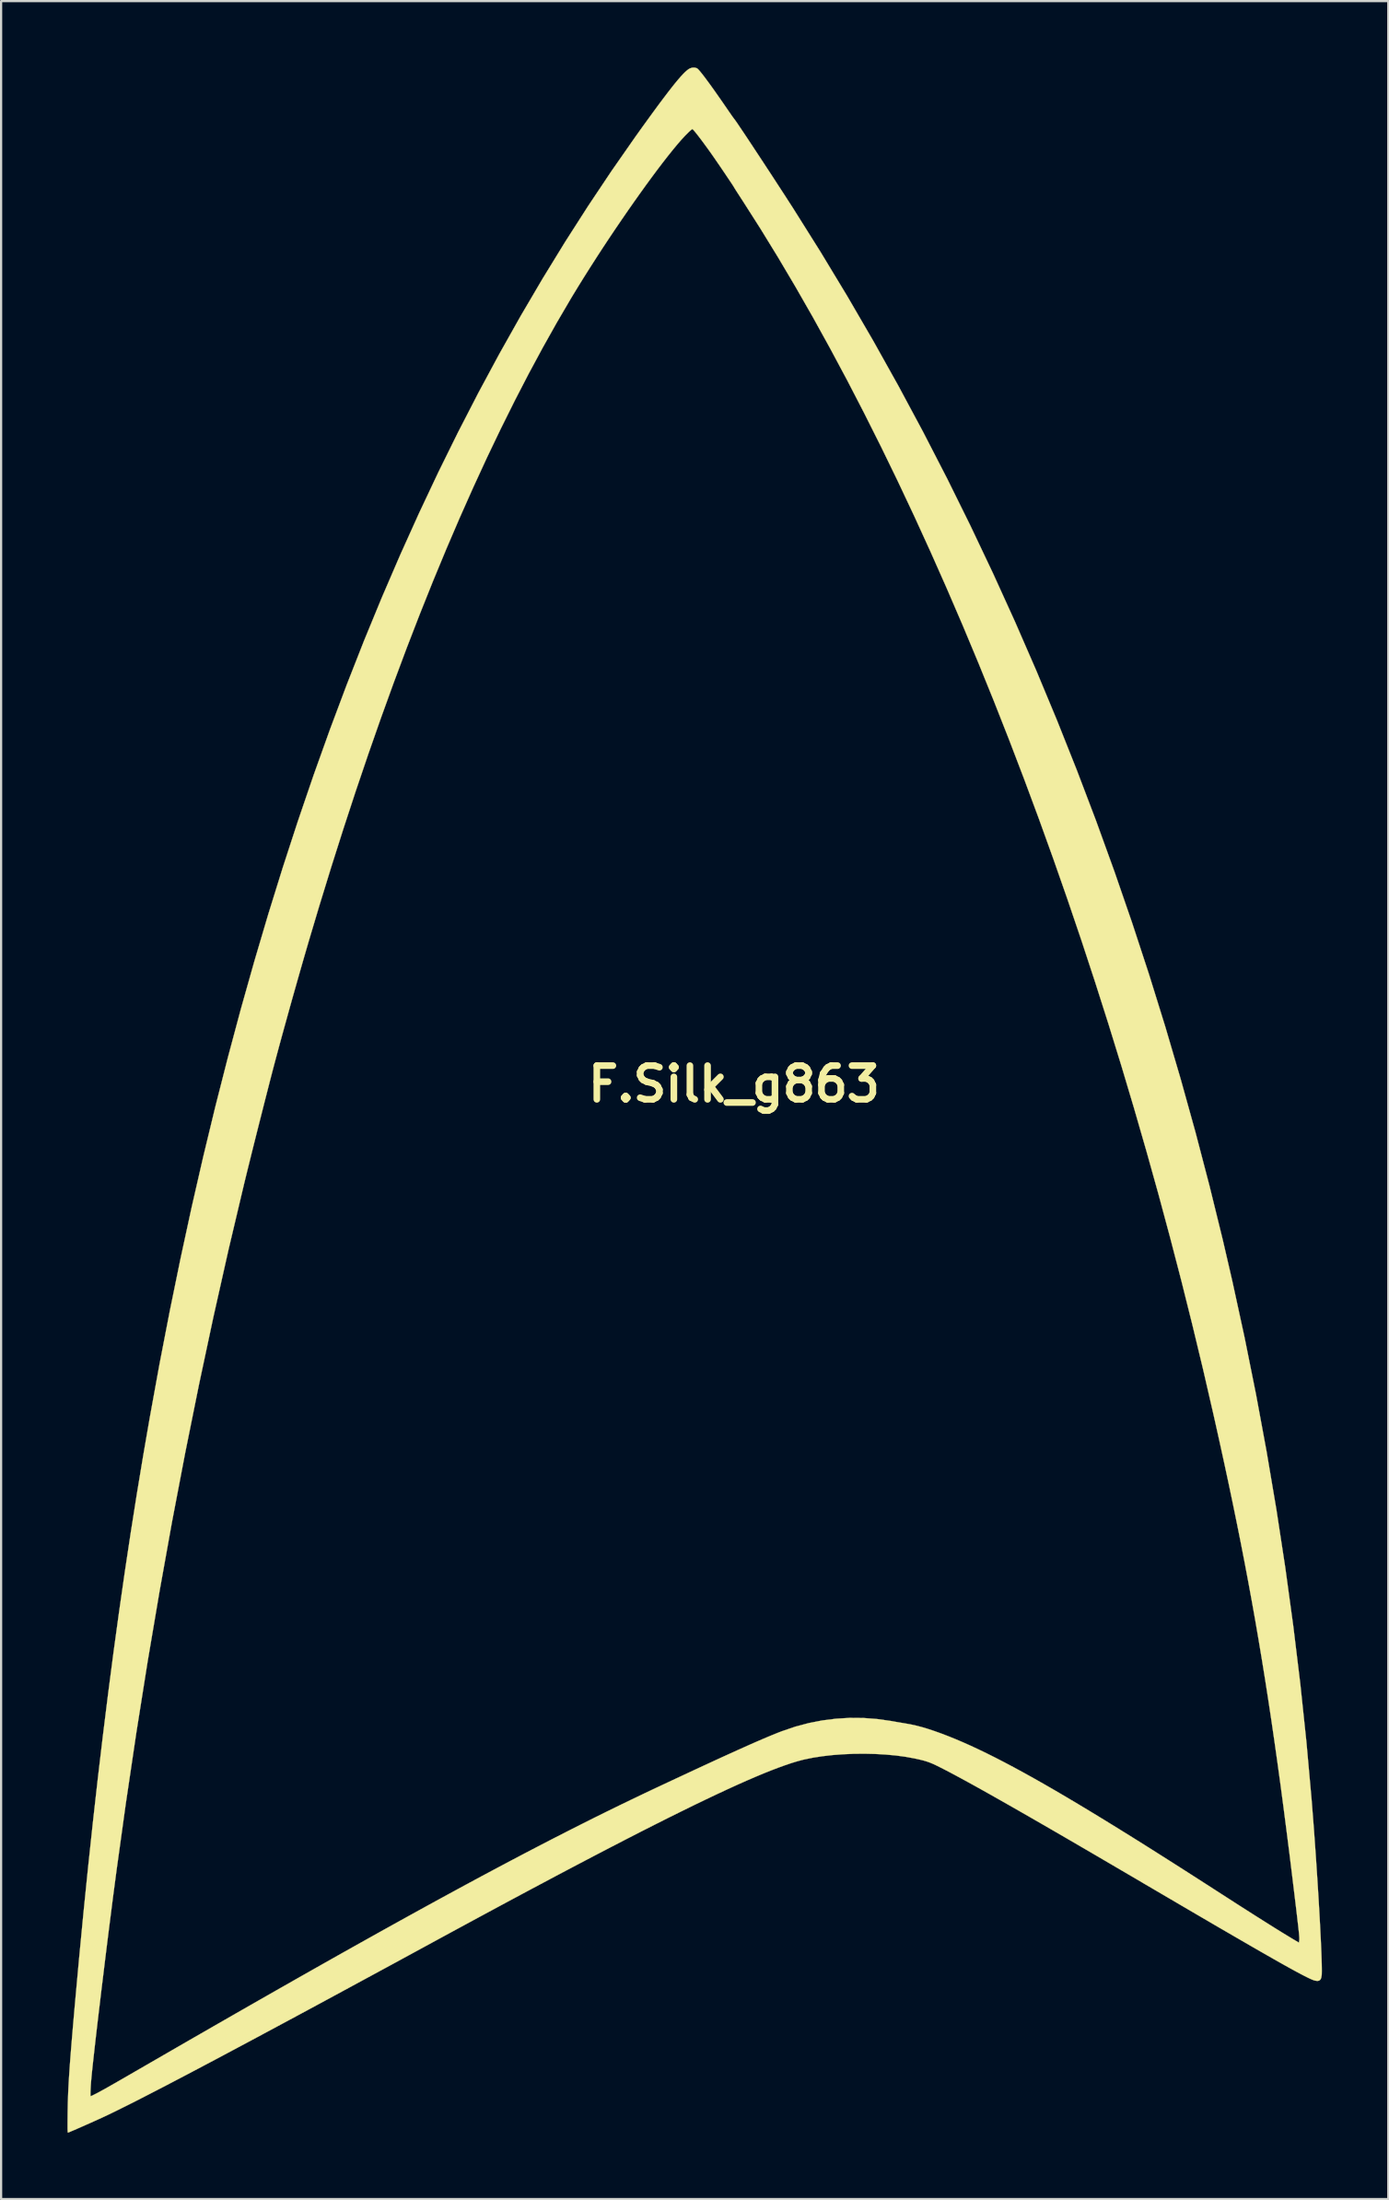
<source format=kicad_pcb>
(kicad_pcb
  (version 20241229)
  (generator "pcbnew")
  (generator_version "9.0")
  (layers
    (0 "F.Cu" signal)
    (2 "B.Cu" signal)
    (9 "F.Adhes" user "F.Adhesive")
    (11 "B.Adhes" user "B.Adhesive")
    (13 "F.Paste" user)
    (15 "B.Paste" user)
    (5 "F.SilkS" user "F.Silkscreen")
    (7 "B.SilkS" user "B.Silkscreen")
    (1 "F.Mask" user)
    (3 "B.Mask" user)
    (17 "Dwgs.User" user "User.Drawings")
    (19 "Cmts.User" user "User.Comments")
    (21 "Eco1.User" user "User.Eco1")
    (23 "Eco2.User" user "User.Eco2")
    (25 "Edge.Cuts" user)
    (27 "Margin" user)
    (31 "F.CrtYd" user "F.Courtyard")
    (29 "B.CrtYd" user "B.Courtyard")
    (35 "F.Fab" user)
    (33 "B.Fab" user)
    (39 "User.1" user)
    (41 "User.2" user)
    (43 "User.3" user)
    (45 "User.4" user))
  (footprint "F.Silk_g863"
    (layer "F.Cu")
    (at 30.145 45.965)
    (property "Reference" "F.Silk_g863" (at 0 0 0) (layer "F.SilkS") (effects (font (size 1.524 1.524) (thickness 0.3))))
    (attr through_hole)
    (fp_poly (pts (xy -1.69 -45.934) (xy -1.659 -45.916) (xy -1.612 -45.873) (xy -1.543 -45.796) (xy -1.453 -45.685) (xy -1.343 -45.543) (xy -1.214 -45.37) (xy -1.066 -45.168) (xy -0.901 -44.938) (xy -0.72 -44.68) (xy -0.523 -44.398) (xy -0.312 -44.091) (xy -0.298 -44.071) (xy -0.217 -43.953) (xy -0.142 -43.845) (xy -0.078 -43.753) (xy -0.027 -43.683) (xy 0.006 -43.638) (xy 0.015 -43.627) (xy 0.037 -43.599) (xy 0.081 -43.538) (xy 0.144 -43.447) (xy 0.224 -43.328) (xy 0.322 -43.183) (xy 0.434 -43.016) (xy 0.559 -42.829) (xy 0.695 -42.623) (xy 0.841 -42.403) (xy 0.994 -42.17) (xy 1.154 -41.928) (xy 1.319 -41.677) (xy 1.486 -41.422) (xy 1.655 -41.165) (xy 1.823 -40.907) (xy 1.989 -40.652) (xy 2.151 -40.403) (xy 2.308 -40.162) (xy 2.457 -39.93) (xy 2.598 -39.712) (xy 2.682 -39.582) (xy 3.914 -37.621) (xy 5.118 -35.629) (xy 6.293 -33.608) (xy 7.438 -31.558) (xy 8.553 -29.48) (xy 9.638 -27.374) (xy 10.692 -25.241) (xy 11.716 -23.082) (xy 12.709 -20.898) (xy 13.671 -18.689) (xy 14.601 -16.456) (xy 15.499 -14.2) (xy 16.365 -11.922) (xy 17.198 -9.622) (xy 17.999 -7.3) (xy 18.767 -4.959) (xy 19.501 -2.597) (xy 20.201 -0.217) (xy 20.868 2.181) (xy 21.5 4.597) (xy 22.098 7.029) (xy 22.529 8.89) (xy 23.088 11.46) (xy 23.608 14.045) (xy 24.088 16.642) (xy 24.529 19.25) (xy 24.929 21.865) (xy 25.288 24.487) (xy 25.607 27.112) (xy 25.884 29.74) (xy 26.12 32.367) (xy 26.192 33.285) (xy 26.226 33.727) (xy 26.258 34.174) (xy 26.29 34.622) (xy 26.321 35.069) (xy 26.35 35.513) (xy 26.379 35.951) (xy 26.406 36.382) (xy 26.432 36.803) (xy 26.456 37.212) (xy 26.478 37.605) (xy 26.499 37.982) (xy 26.517 38.339) (xy 26.534 38.675) (xy 26.548 38.987) (xy 26.56 39.272) (xy 26.569 39.529) (xy 26.576 39.754) (xy 26.58 39.947) (xy 26.581 40.104) (xy 26.579 40.223) (xy 26.575 40.292) (xy 26.555 40.41) (xy 26.518 40.49) (xy 26.46 40.536) (xy 26.379 40.55) (xy 26.27 40.535) (xy 26.268 40.534) (xy 26.222 40.521) (xy 26.164 40.499) (xy 26.092 40.469) (xy 26.005 40.429) (xy 25.902 40.379) (xy 25.783 40.319) (xy 25.647 40.248) (xy 25.491 40.165) (xy 25.317 40.071) (xy 25.122 39.964) (xy 24.906 39.844) (xy 24.668 39.71) (xy 24.407 39.562) (xy 24.121 39.399) (xy 23.81 39.221) (xy 23.474 39.028) (xy 23.111 38.818) (xy 22.719 38.591) (xy 22.299 38.347) (xy 21.849 38.086) (xy 21.369 37.805) (xy 20.856 37.506) (xy 20.312 37.187) (xy 19.733 36.848) (xy 19.121 36.489) (xy 18.472 36.109) (xy 18.447 36.093) (xy 17.699 35.655) (xy 16.987 35.238) (xy 16.309 34.841) (xy 15.665 34.466) (xy 15.054 34.11) (xy 14.475 33.774) (xy 13.927 33.458) (xy 13.41 33.16) (xy 12.922 32.88) (xy 12.463 32.618) (xy 12.032 32.373) (xy 11.629 32.145) (xy 11.251 31.933) (xy 10.899 31.737) (xy 10.572 31.557) (xy 10.268 31.391) (xy 9.988 31.24) (xy 9.73 31.103) (xy 9.493 30.98) (xy 9.345 30.904) (xy 9.164 30.814) (xy 9.006 30.74) (xy 8.862 30.68) (xy 8.721 30.63) (xy 8.571 30.585) (xy 8.402 30.543) (xy 8.204 30.499) (xy 8.168 30.491) (xy 7.759 30.416) (xy 7.321 30.357) (xy 6.861 30.315) (xy 6.386 30.288) (xy 5.901 30.277) (xy 5.414 30.281) (xy 4.931 30.302) (xy 4.459 30.337) (xy 4.005 30.389) (xy 3.575 30.455) (xy 3.175 30.537) (xy 3.068 30.563) (xy 2.837 30.626) (xy 2.585 30.703) (xy 2.31 30.796) (xy 2.011 30.904) (xy 1.688 31.027) (xy 1.341 31.166) (xy 0.97 31.321) (xy 0.572 31.493) (xy 0.149 31.681) (xy -0.301 31.886) (xy -0.777 32.108) (xy -1.281 32.347) (xy -1.814 32.604) (xy -2.374 32.879) (xy -2.964 33.171) (xy -3.584 33.483) (xy -4.233 33.812) (xy -4.913 34.161) (xy -5.625 34.529) (xy -6.368 34.916) (xy -7.143 35.323) (xy -7.951 35.749) (xy -8.792 36.196) (xy -9.667 36.663) (xy -10.576 37.151) (xy -11.52 37.66) (xy -12.5 38.19) (xy -13.494 38.73) (xy -14.485 39.269) (xy -15.439 39.788) (xy -16.358 40.286) (xy -17.241 40.764) (xy -18.088 41.223) (xy -18.902 41.663) (xy -19.681 42.083) (xy -20.427 42.484) (xy -21.139 42.866) (xy -21.819 43.231) (xy -22.466 43.576) (xy -23.082 43.905) (xy -23.666 44.215) (xy -24.22 44.508) (xy -24.743 44.784) (xy -25.236 45.042) (xy -25.7 45.285) (xy -26.135 45.51) (xy -26.542 45.72) (xy -26.92 45.914) (xy -27.272 46.092) (xy -27.596 46.254) (xy -27.893 46.402) (xy -28.164 46.534) (xy -28.319 46.609) (xy -28.446 46.669) (xy -28.599 46.74) (xy -28.773 46.819) (xy -28.961 46.904) (xy -29.156 46.991) (xy -29.352 47.078) (xy -29.542 47.162) (xy -29.72 47.24) (xy -29.88 47.309) (xy -30.014 47.366) (xy -30.116 47.408) (xy -30.117 47.408) (xy -30.125 47.406) (xy -30.13 47.389) (xy -30.135 47.356) (xy -30.138 47.302) (xy -30.14 47.225) (xy -30.14 47.12) (xy -30.14 46.985) (xy -30.139 46.815) (xy -30.137 46.608) (xy -30.136 46.501) (xy -30.132 46.291) (xy -30.128 46.081) (xy -30.121 45.867) (xy -30.114 45.68) (xy -29.104 45.68) (xy -29.101 45.739) (xy -29.094 45.762) (xy -29.093 45.762) (xy -29.071 45.753) (xy -29.019 45.73) (xy -28.948 45.695) (xy -28.909 45.675) (xy -28.839 45.64) (xy -28.763 45.6) (xy -28.679 45.555) (xy -28.583 45.502) (xy -28.473 45.442) (xy -28.347 45.371) (xy -28.201 45.288) (xy -28.034 45.193) (xy -27.842 45.083) (xy -27.623 44.957) (xy -27.375 44.814) (xy -27.094 44.651) (xy -26.903 44.541) (xy -25.754 43.877) (xy -24.64 43.234) (xy -23.56 42.613) (xy -22.513 42.012) (xy -21.497 41.431) (xy -20.513 40.87) (xy -19.559 40.328) (xy -18.633 39.804) (xy -17.736 39.298) (xy -16.865 38.81) (xy -16.02 38.338) (xy -15.2 37.882) (xy -14.403 37.442) (xy -13.63 37.017) (xy -12.878 36.607) (xy -12.147 36.21) (xy -11.436 35.827) (xy -10.743 35.457) (xy -10.068 35.099) (xy -9.41 34.753) (xy -8.767 34.418) (xy -8.139 34.094) (xy -7.525 33.78) (xy -6.924 33.476) (xy -6.334 33.18) (xy -5.754 32.893) (xy -5.184 32.614) (xy -4.623 32.343) (xy -4.069 32.078) (xy -3.522 31.819) (xy -3.408 31.766) (xy -2.843 31.501) (xy -2.315 31.255) (xy -1.822 31.025) (xy -1.363 30.812) (xy -0.936 30.615) (xy -0.54 30.433) (xy -0.173 30.266) (xy 0.167 30.112) (xy 0.48 29.972) (xy 0.768 29.843) (xy 1.033 29.727) (xy 1.276 29.622) (xy 1.498 29.528) (xy 1.702 29.443) (xy 1.888 29.367) (xy 2.058 29.3) (xy 2.174 29.256) (xy 2.77 29.053) (xy 3.375 28.892) (xy 3.987 28.772) (xy 4.605 28.694) (xy 5.227 28.656) (xy 5.851 28.661) (xy 6.475 28.708) (xy 7.098 28.796) (xy 7.176 28.81) (xy 7.281 28.829) (xy 7.413 28.852) (xy 7.556 28.876) (xy 7.694 28.899) (xy 7.723 28.904) (xy 7.978 28.949) (xy 8.227 29.004) (xy 8.481 29.069) (xy 8.746 29.147) (xy 9.03 29.241) (xy 9.342 29.352) (xy 9.398 29.373) (xy 9.706 29.491) (xy 10.024 29.62) (xy 10.355 29.761) (xy 10.697 29.914) (xy 11.054 30.08) (xy 11.425 30.259) (xy 11.811 30.452) (xy 12.215 30.66) (xy 12.636 30.883) (xy 13.076 31.122) (xy 13.536 31.377) (xy 14.016 31.649) (xy 14.519 31.939) (xy 15.044 32.247) (xy 15.593 32.574) (xy 16.167 32.92) (xy 16.768 33.286) (xy 17.395 33.672) (xy 18.05 34.079) (xy 18.735 34.508) (xy 19.449 34.96) (xy 20.195 35.434) (xy 20.972 35.932) (xy 21.783 36.453) (xy 21.907 36.533) (xy 22.353 36.82) (xy 22.777 37.093) (xy 23.18 37.35) (xy 23.56 37.592) (xy 23.914 37.816) (xy 24.242 38.022) (xy 24.542 38.21) (xy 24.812 38.377) (xy 25.052 38.523) (xy 25.258 38.648) (xy 25.362 38.709) (xy 25.546 38.818) (xy 25.559 38.727) (xy 25.563 38.698) (xy 25.564 38.664) (xy 25.564 38.62) (xy 25.562 38.564) (xy 25.556 38.493) (xy 25.549 38.404) (xy 25.538 38.294) (xy 25.523 38.158) (xy 25.505 37.996) (xy 25.482 37.803) (xy 25.456 37.576) (xy 25.425 37.312) (xy 25.399 37.095) (xy 25.258 35.934) (xy 25.12 34.813) (xy 24.982 33.729) (xy 24.846 32.678) (xy 24.71 31.657) (xy 24.573 30.665) (xy 24.436 29.697) (xy 24.298 28.752) (xy 24.158 27.826) (xy 24.016 26.916) (xy 23.871 26.019) (xy 23.723 25.133) (xy 23.572 24.254) (xy 23.416 23.38) (xy 23.256 22.508) (xy 23.091 21.635) (xy 22.92 20.757) (xy 22.743 19.873) (xy 22.56 18.98) (xy 22.37 18.073) (xy 22.172 17.151) (xy 21.966 16.21) (xy 21.752 15.249) (xy 21.664 14.859) (xy 21.205 12.868) (xy 20.727 10.883) (xy 20.233 8.905) (xy 19.721 6.937) (xy 19.194 4.978) (xy 18.65 3.031) (xy 18.091 1.096) (xy 17.517 -0.826) (xy 16.928 -2.733) (xy 16.325 -4.624) (xy 15.709 -6.499) (xy 15.079 -8.355) (xy 14.436 -10.193) (xy 13.781 -12.01) (xy 13.114 -13.805) (xy 12.436 -15.578) (xy 11.747 -17.328) (xy 11.047 -19.052) (xy 10.337 -20.751) (xy 9.617 -22.422) (xy 8.888 -24.065) (xy 8.151 -25.678) (xy 7.405 -27.261) (xy 6.651 -28.812) (xy 5.889 -30.33) (xy 5.121 -31.815) (xy 4.346 -33.263) (xy 3.565 -34.676) (xy 2.778 -36.051) (xy 1.986 -37.388) (xy 1.19 -38.684) (xy 0.389 -39.94) (xy 0.337 -40.019) (xy 0.252 -40.151) (xy 0.174 -40.271) (xy 0.107 -40.375) (xy 0.054 -40.459) (xy 0.018 -40.517) (xy 0.001 -40.546) (xy 0 -40.548) (xy -0.012 -40.568) (xy -0.044 -40.62) (xy -0.095 -40.698) (xy -0.162 -40.798) (xy -0.241 -40.916) (xy -0.33 -41.048) (xy -0.425 -41.19) (xy -0.525 -41.337) (xy -0.626 -41.486) (xy -0.726 -41.632) (xy -0.821 -41.77) (xy -0.909 -41.898) (xy -0.987 -42.01) (xy -1.052 -42.102) (xy -1.058 -42.111) (xy -1.198 -42.306) (xy -1.331 -42.488) (xy -1.454 -42.655) (xy -1.567 -42.804) (xy -1.666 -42.932) (xy -1.75 -43.037) (xy -1.816 -43.115) (xy -1.863 -43.163) (xy -1.887 -43.18) (xy -1.909 -43.166) (xy -1.954 -43.129) (xy -2.016 -43.074) (xy -2.077 -43.016) (xy -2.223 -42.869) (xy -2.389 -42.689) (xy -2.573 -42.476) (xy -2.774 -42.233) (xy -2.99 -41.963) (xy -3.221 -41.667) (xy -3.464 -41.348) (xy -3.717 -41.008) (xy -3.98 -40.649) (xy -4.25 -40.273) (xy -4.527 -39.883) (xy -4.808 -39.481) (xy -5.092 -39.068) (xy -5.378 -38.648) (xy -5.664 -38.222) (xy -5.948 -37.792) (xy -6.228 -37.361) (xy -6.504 -36.93) (xy -6.774 -36.503) (xy -7.036 -36.081) (xy -7.289 -35.666) (xy -7.366 -35.539) (xy -8.01 -34.44) (xy -8.65 -33.3) (xy -9.287 -32.118) (xy -9.919 -30.896) (xy -10.547 -29.634) (xy -11.171 -28.332) (xy -11.789 -26.991) (xy -12.403 -25.612) (xy -13.011 -24.195) (xy -13.614 -22.741) (xy -14.211 -21.249) (xy -14.802 -19.722) (xy -15.387 -18.158) (xy -15.966 -16.559) (xy -16.538 -14.926) (xy -17.104 -13.258) (xy -17.662 -11.557) (xy -18.213 -9.823) (xy -18.757 -8.055) (xy -19.238 -6.445) (xy -19.348 -6.067) (xy -19.465 -5.665) (xy -19.586 -5.243) (xy -19.711 -4.806) (xy -19.838 -4.358) (xy -19.966 -3.906) (xy -20.093 -3.453) (xy -20.217 -3.004) (xy -20.339 -2.565) (xy -20.456 -2.14) (xy -20.567 -1.733) (xy -20.67 -1.35) (xy -20.765 -0.996) (xy -20.85 -0.675) (xy -20.888 -0.529) (xy -20.997 -0.108) (xy -21.11 0.334) (xy -21.227 0.791) (xy -21.345 1.257) (xy -21.464 1.726) (xy -21.582 2.193) (xy -21.697 2.651) (xy -21.808 3.095) (xy -21.913 3.52) (xy -22.012 3.918) (xy -22.102 4.285) (xy -22.152 4.49) (xy -22.861 7.485) (xy -23.541 10.512) (xy -24.193 13.57) (xy -24.817 16.658) (xy -25.413 19.776) (xy -25.979 22.925) (xy -26.518 26.104) (xy -27.028 29.313) (xy -27.509 32.551) (xy -27.928 35.571) (xy -27.979 35.958) (xy -28.033 36.365) (xy -28.089 36.79) (xy -28.145 37.231) (xy -28.203 37.684) (xy -28.262 38.146) (xy -28.321 38.616) (xy -28.38 39.089) (xy -28.439 39.565) (xy -28.497 40.039) (xy -28.554 40.509) (xy -28.611 40.972) (xy -28.665 41.427) (xy -28.718 41.869) (xy -28.769 42.297) (xy -28.817 42.707) (xy -28.862 43.097) (xy -28.904 43.464) (xy -28.942 43.805) (xy -28.977 44.119) (xy -29.008 44.401) (xy -29.034 44.649) (xy -29.055 44.862) (xy -29.071 45.035) (xy -29.072 45.043) (xy -29.084 45.197) (xy -29.093 45.344) (xy -29.1 45.477) (xy -29.104 45.591) (xy -29.104 45.68) (xy -30.114 45.68) (xy -30.113 45.647) (xy -30.103 45.418) (xy -30.09 45.177) (xy -30.075 44.922) (xy -30.057 44.649) (xy -30.037 44.356) (xy -30.013 44.039) (xy -29.986 43.697) (xy -29.956 43.326) (xy -29.922 42.923) (xy -29.885 42.485) (xy -29.843 42.011) (xy -29.812 41.656) (xy -29.618 39.527) (xy -29.417 37.438) (xy -29.209 35.389) (xy -28.994 33.377) (xy -28.772 31.403) (xy -28.542 29.464) (xy -28.305 27.559) (xy -28.061 25.687) (xy -27.808 23.847) (xy -27.548 22.038) (xy -27.279 20.257) (xy -27.002 18.505) (xy -26.716 16.78) (xy -26.424 15.092) (xy -25.981 12.658) (xy -25.517 10.261) (xy -25.033 7.9) (xy -24.529 5.574) (xy -24.003 3.281) (xy -23.457 1.023) (xy -22.889 -1.204) (xy -22.301 -3.398) (xy -21.69 -5.562) (xy -21.058 -7.696) (xy -20.404 -9.8) (xy -19.728 -11.874) (xy -19.012 -13.971) (xy -18.274 -16.031) (xy -17.514 -18.056) (xy -16.732 -20.046) (xy -15.927 -22) (xy -15.099 -23.92) (xy -14.248 -25.806) (xy -13.375 -27.657) (xy -12.478 -29.475) (xy -11.558 -31.26) (xy -10.615 -33.011) (xy -9.648 -34.73) (xy -8.657 -36.416) (xy -7.642 -38.071) (xy -6.603 -39.693) (xy -5.54 -41.284) (xy -4.452 -42.844) (xy -4.159 -43.254) (xy -3.886 -43.631) (xy -3.636 -43.974) (xy -3.408 -44.285) (xy -3.199 -44.564) (xy -3.01 -44.813) (xy -2.839 -45.033) (xy -2.686 -45.226) (xy -2.548 -45.393) (xy -2.425 -45.536) (xy -2.317 -45.654) (xy -2.221 -45.751) (xy -2.137 -45.826) (xy -2.065 -45.882) (xy -2.001 -45.92) (xy -1.999 -45.921) (xy -1.892 -45.956) (xy -1.785 -45.96) (xy -1.69 -45.934)) (stroke (width 0.01) (type solid)) (fill yes) (layer "F.SilkS")))
  (gr_rect
    (start -3 -3)
    (end 59.732 96.379)
    (stroke (width 0.1) (type default))
    (fill no)
    (layer "Edge.Cuts")))
</source>
